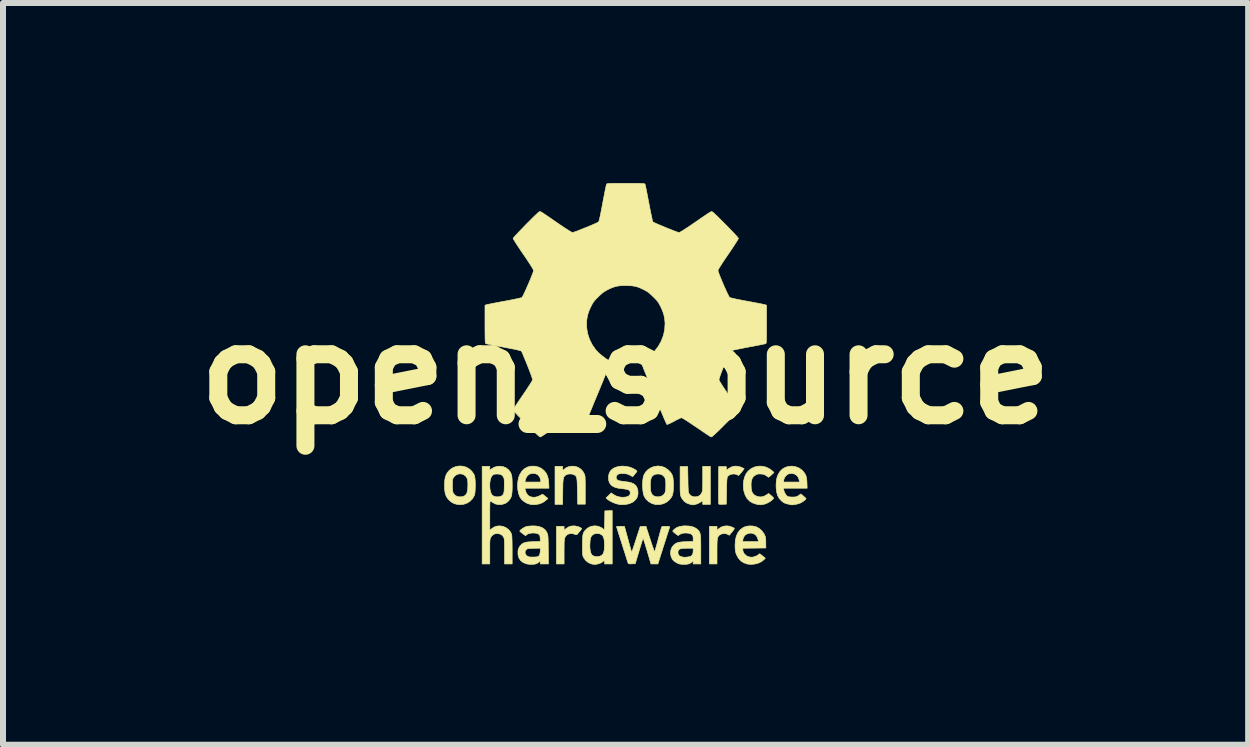
<source format=kicad_pcb>
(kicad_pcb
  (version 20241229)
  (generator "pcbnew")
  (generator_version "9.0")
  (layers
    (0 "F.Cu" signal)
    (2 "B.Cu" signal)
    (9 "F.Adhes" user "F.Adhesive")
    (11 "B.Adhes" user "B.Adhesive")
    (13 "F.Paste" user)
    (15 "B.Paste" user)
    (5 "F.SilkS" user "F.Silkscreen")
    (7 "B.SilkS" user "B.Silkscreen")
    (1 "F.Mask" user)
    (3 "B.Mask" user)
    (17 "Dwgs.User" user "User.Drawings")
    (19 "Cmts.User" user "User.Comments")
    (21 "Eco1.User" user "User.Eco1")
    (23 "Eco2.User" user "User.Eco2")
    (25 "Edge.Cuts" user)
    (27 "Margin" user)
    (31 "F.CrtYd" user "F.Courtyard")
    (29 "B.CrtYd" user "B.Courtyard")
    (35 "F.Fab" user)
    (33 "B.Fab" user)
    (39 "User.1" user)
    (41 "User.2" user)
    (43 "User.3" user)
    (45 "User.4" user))
  (footprint "open_source"
    (layer "F.Cu")
    (at 7.373 3.18)
    (property "Reference" "open_source" (at 0 0 0) (layer "F.SilkS") (effects (font (size 1.524 1.524) (thickness 0.3))))
    (attr exclude_from_pos_files exclude_from_bom)
    (fp_poly (pts (xy 1.74 2.539) (xy 1.79 2.559) (xy 1.809 2.57) (xy 1.812 2.577) (xy 1.809 2.587) (xy 1.797 2.605) (xy 1.775 2.633) (xy 1.774 2.634) (xy 1.729 2.689) (xy 1.701 2.673) (xy 1.669 2.662) (xy 1.632 2.661) (xy 1.596 2.669) (xy 1.573 2.68) (xy 1.559 2.691) (xy 1.548 2.703) (xy 1.54 2.717) (xy 1.533 2.736) (xy 1.529 2.761) (xy 1.526 2.794) (xy 1.525 2.837) (xy 1.524 2.893) (xy 1.524 2.959) (xy 1.524 3.167) (xy 1.397 3.167) (xy 1.397 2.54) (xy 1.524 2.54) (xy 1.524 2.607) (xy 1.55 2.582) (xy 1.59 2.554) (xy 1.637 2.537) (xy 1.688 2.532) (xy 1.74 2.539)) (stroke (width 0.01) (type solid)) (fill yes) (layer "F.SilkS"))
    (fp_poly (pts (xy -0.789 2.545) (xy -0.772 2.552) (xy -0.749 2.563) (xy -0.734 2.573) (xy -0.73 2.578) (xy -0.735 2.586) (xy -0.747 2.603) (xy -0.765 2.625) (xy -0.784 2.648) (xy -0.802 2.67) (xy -0.81 2.678) (xy -0.822 2.68) (xy -0.843 2.674) (xy -0.849 2.671) (xy -0.886 2.661) (xy -0.927 2.662) (xy -0.963 2.673) (xy -0.973 2.679) (xy -0.989 2.694) (xy -1.005 2.717) (xy -1.009 2.725) (xy -1.013 2.737) (xy -1.017 2.75) (xy -1.019 2.767) (xy -1.021 2.789) (xy -1.023 2.82) (xy -1.023 2.861) (xy -1.024 2.914) (xy -1.024 2.963) (xy -1.024 3.167) (xy -1.151 3.167) (xy -1.151 2.54) (xy -1.024 2.54) (xy -1.024 2.605) (xy -0.992 2.578) (xy -0.948 2.549) (xy -0.897 2.534) (xy -0.843 2.533) (xy -0.789 2.545)) (stroke (width 0.01) (type solid)) (fill yes) (layer "F.SilkS"))
    (fp_poly (pts (xy 1.872 1.539) (xy 1.925 1.554) (xy 1.935 1.559) (xy 1.977 1.58) (xy 1.961 1.602) (xy 1.947 1.62) (xy 1.927 1.644) (xy 1.915 1.658) (xy 1.885 1.693) (xy 1.859 1.68) (xy 1.823 1.668) (xy 1.785 1.668) (xy 1.747 1.677) (xy 1.716 1.694) (xy 1.697 1.716) (xy 1.694 1.727) (xy 1.691 1.748) (xy 1.688 1.779) (xy 1.686 1.823) (xy 1.684 1.88) (xy 1.683 1.951) (xy 1.683 1.953) (xy 1.679 2.171) (xy 1.617 2.173) (xy 1.583 2.174) (xy 1.562 2.172) (xy 1.552 2.167) (xy 1.552 2.165) (xy 1.551 2.155) (xy 1.55 2.131) (xy 1.55 2.095) (xy 1.549 2.048) (xy 1.549 1.992) (xy 1.549 1.93) (xy 1.55 1.862) (xy 1.55 1.849) (xy 1.552 1.544) (xy 1.679 1.544) (xy 1.681 1.573) (xy 1.684 1.603) (xy 1.719 1.576) (xy 1.766 1.55) (xy 1.818 1.537) (xy 1.872 1.539)) (stroke (width 0.01) (type solid)) (fill yes) (layer "F.SilkS"))
    (fp_poly (pts (xy -0.852 1.539) (xy -0.806 1.551) (xy -0.79 1.558) (xy -0.746 1.586) (xy -0.713 1.621) (xy -0.689 1.663) (xy -0.684 1.675) (xy -0.68 1.686) (xy -0.676 1.7) (xy -0.674 1.717) (xy -0.673 1.74) (xy -0.672 1.77) (xy -0.671 1.81) (xy -0.671 1.862) (xy -0.671 1.928) (xy -0.671 1.937) (xy -0.671 2.171) (xy -0.798 2.171) (xy -0.802 1.957) (xy -0.803 1.888) (xy -0.805 1.833) (xy -0.807 1.79) (xy -0.81 1.757) (xy -0.814 1.733) (xy -0.82 1.716) (xy -0.828 1.703) (xy -0.838 1.693) (xy -0.851 1.684) (xy -0.854 1.683) (xy -0.886 1.67) (xy -0.924 1.667) (xy -0.963 1.671) (xy -0.99 1.682) (xy -1.005 1.692) (xy -1.017 1.703) (xy -1.026 1.716) (xy -1.033 1.733) (xy -1.038 1.756) (xy -1.041 1.788) (xy -1.044 1.829) (xy -1.045 1.883) (xy -1.046 1.95) (xy -1.046 1.963) (xy -1.049 2.175) (xy -1.175 2.175) (xy -1.175 1.54) (xy -1.048 1.54) (xy -1.048 1.572) (xy -1.046 1.594) (xy -1.04 1.602) (xy -1.028 1.596) (xy -1.019 1.586) (xy -0.988 1.562) (xy -0.947 1.546) (xy -0.9 1.538) (xy -0.852 1.539)) (stroke (width 0.01) (type solid)) (fill yes) (layer "F.SilkS"))
    (fp_poly (pts (xy 1.413 2.175) (xy 1.286 2.175) (xy 1.286 2.112) (xy 1.246 2.139) (xy 1.216 2.156) (xy 1.183 2.169) (xy 1.167 2.174) (xy 1.139 2.18) (xy 1.12 2.182) (xy 1.103 2.18) (xy 1.079 2.174) (xy 1.071 2.172) (xy 1.016 2.151) (xy 0.973 2.119) (xy 0.939 2.075) (xy 0.927 2.052) (xy 0.922 2.04) (xy 0.918 2.028) (xy 0.915 2.015) (xy 0.913 1.997) (xy 0.911 1.974) (xy 0.91 1.943) (xy 0.909 1.902) (xy 0.909 1.85) (xy 0.909 1.784) (xy 0.909 1.778) (xy 0.909 1.544) (xy 1.036 1.544) (xy 1.04 1.76) (xy 1.041 1.824) (xy 1.042 1.875) (xy 1.044 1.913) (xy 1.045 1.942) (xy 1.047 1.962) (xy 1.05 1.976) (xy 1.054 1.986) (xy 1.058 1.994) (xy 1.06 1.997) (xy 1.087 2.027) (xy 1.116 2.043) (xy 1.151 2.049) (xy 1.157 2.049) (xy 1.201 2.044) (xy 1.236 2.026) (xy 1.262 1.995) (xy 1.268 1.984) (xy 1.273 1.973) (xy 1.278 1.962) (xy 1.281 1.948) (xy 1.283 1.93) (xy 1.284 1.905) (xy 1.285 1.872) (xy 1.286 1.829) (xy 1.286 1.772) (xy 1.286 1.745) (xy 1.286 1.54) (xy 1.413 1.54) (xy 1.413 2.175)) (stroke (width 0.01) (type solid)) (fill yes) (layer "F.SilkS"))
    (fp_poly (pts (xy 2.273 1.538) (xy 2.335 1.551) (xy 2.393 1.578) (xy 2.439 1.611) (xy 2.473 1.641) (xy 2.457 1.659) (xy 2.44 1.675) (xy 2.419 1.694) (xy 2.412 1.7) (xy 2.382 1.723) (xy 2.346 1.697) (xy 2.322 1.682) (xy 2.3 1.674) (xy 2.272 1.669) (xy 2.254 1.668) (xy 2.222 1.667) (xy 2.2 1.67) (xy 2.181 1.677) (xy 2.164 1.686) (xy 2.133 1.709) (xy 2.112 1.738) (xy 2.099 1.776) (xy 2.092 1.825) (xy 2.092 1.857) (xy 2.095 1.914) (xy 2.104 1.959) (xy 2.122 1.993) (xy 2.148 2.018) (xy 2.162 2.028) (xy 2.209 2.046) (xy 2.258 2.05) (xy 2.307 2.038) (xy 2.342 2.02) (xy 2.383 1.992) (xy 2.412 2.015) (xy 2.433 2.033) (xy 2.452 2.051) (xy 2.456 2.055) (xy 2.466 2.067) (xy 2.466 2.076) (xy 2.455 2.089) (xy 2.452 2.092) (xy 2.416 2.122) (xy 2.37 2.149) (xy 2.321 2.168) (xy 2.314 2.171) (xy 2.279 2.178) (xy 2.251 2.181) (xy 2.223 2.179) (xy 2.187 2.173) (xy 2.183 2.172) (xy 2.119 2.151) (xy 2.066 2.119) (xy 2.024 2.075) (xy 1.993 2.02) (xy 1.972 1.953) (xy 1.967 1.922) (xy 1.962 1.849) (xy 1.968 1.78) (xy 1.985 1.716) (xy 2.011 1.66) (xy 2.045 1.617) (xy 2.094 1.577) (xy 2.151 1.551) (xy 2.211 1.538) (xy 2.273 1.538)) (stroke (width 0.01) (type solid)) (fill yes) (layer "F.SilkS"))
    (fp_poly (pts (xy -1.497 1.54) (xy -1.442 1.555) (xy -1.396 1.579) (xy -1.354 1.615) (xy -1.353 1.616) (xy -1.324 1.652) (xy -1.303 1.694) (xy -1.289 1.744) (xy -1.281 1.806) (xy -1.28 1.823) (xy -1.276 1.905) (xy -1.676 1.905) (xy -1.67 1.935) (xy -1.656 1.979) (xy -1.632 2.015) (xy -1.603 2.039) (xy -1.562 2.053) (xy -1.516 2.056) (xy -1.467 2.046) (xy -1.42 2.025) (xy -1.401 2.013) (xy -1.391 2.007) (xy -1.382 2.007) (xy -1.369 2.014) (xy -1.349 2.03) (xy -1.339 2.038) (xy -1.293 2.076) (xy -1.33 2.109) (xy -1.376 2.142) (xy -1.432 2.165) (xy -1.494 2.177) (xy -1.556 2.178) (xy -1.582 2.175) (xy -1.636 2.159) (xy -1.686 2.131) (xy -1.728 2.096) (xy -1.759 2.054) (xy -1.759 2.053) (xy -1.782 1.996) (xy -1.795 1.93) (xy -1.799 1.86) (xy -1.795 1.802) (xy -1.676 1.802) (xy -1.413 1.802) (xy -1.413 1.78) (xy -1.419 1.748) (xy -1.434 1.714) (xy -1.456 1.687) (xy -1.47 1.675) (xy -1.504 1.662) (xy -1.544 1.658) (xy -1.583 1.664) (xy -1.612 1.677) (xy -1.641 1.705) (xy -1.662 1.745) (xy -1.671 1.776) (xy -1.676 1.802) (xy -1.795 1.802) (xy -1.794 1.789) (xy -1.78 1.723) (xy -1.763 1.679) (xy -1.73 1.624) (xy -1.687 1.582) (xy -1.636 1.553) (xy -1.579 1.538) (xy -1.517 1.537) (xy -1.497 1.54)) (stroke (width 0.01) (type solid)) (fill yes) (layer "F.SilkS"))
    (fp_poly (pts (xy 2.113 2.534) (xy 2.162 2.543) (xy 2.177 2.548) (xy 2.226 2.574) (xy 2.27 2.613) (xy 2.306 2.661) (xy 2.316 2.681) (xy 2.326 2.704) (xy 2.332 2.724) (xy 2.335 2.748) (xy 2.337 2.779) (xy 2.337 2.814) (xy 2.338 2.901) (xy 2.145 2.903) (xy 1.953 2.905) (xy 1.953 2.925) (xy 1.96 2.965) (xy 1.98 3) (xy 2.011 3.028) (xy 2.049 3.047) (xy 2.091 3.054) (xy 2.12 3.053) (xy 2.152 3.044) (xy 2.185 3.031) (xy 2.211 3.015) (xy 2.222 3.005) (xy 2.229 2.999) (xy 2.239 3) (xy 2.254 3.01) (xy 2.264 3.018) (xy 2.286 3.036) (xy 2.306 3.052) (xy 2.313 3.057) (xy 2.329 3.071) (xy 2.31 3.092) (xy 2.268 3.126) (xy 2.216 3.152) (xy 2.157 3.168) (xy 2.095 3.174) (xy 2.034 3.169) (xy 2.022 3.166) (xy 1.965 3.145) (xy 1.916 3.111) (xy 1.876 3.064) (xy 1.846 3.006) (xy 1.834 2.969) (xy 1.83 2.946) (xy 1.827 2.912) (xy 1.825 2.874) (xy 1.825 2.854) (xy 1.829 2.794) (xy 1.951 2.794) (xy 2.216 2.794) (xy 2.21 2.768) (xy 2.194 2.721) (xy 2.169 2.685) (xy 2.134 2.662) (xy 2.093 2.653) (xy 2.073 2.653) (xy 2.029 2.664) (xy 1.993 2.686) (xy 1.968 2.719) (xy 1.955 2.761) (xy 1.955 2.761) (xy 1.951 2.794) (xy 1.829 2.794) (xy 1.83 2.773) (xy 1.846 2.703) (xy 1.873 2.644) (xy 1.911 2.597) (xy 1.959 2.561) (xy 1.97 2.555) (xy 2.012 2.54) (xy 2.061 2.533) (xy 2.113 2.534)) (stroke (width 0.01) (type solid)) (fill yes) (layer "F.SilkS"))
    (fp_poly (pts (xy -2.71 1.538) (xy -2.655 1.554) (xy -2.605 1.582) (xy -2.562 1.621) (xy -2.528 1.67) (xy -2.518 1.692) (xy -2.512 1.717) (xy -2.507 1.755) (xy -2.504 1.801) (xy -2.503 1.851) (xy -2.504 1.901) (xy -2.506 1.949) (xy -2.51 1.989) (xy -2.517 2.018) (xy -2.518 2.023) (xy -2.549 2.078) (xy -2.59 2.121) (xy -2.64 2.153) (xy -2.697 2.173) (xy -2.76 2.179) (xy -2.802 2.175) (xy -2.854 2.162) (xy -2.899 2.138) (xy -2.933 2.11) (xy -2.964 2.077) (xy -2.987 2.041) (xy -3.003 1.998) (xy -3.012 1.947) (xy -3.016 1.884) (xy -3.016 1.857) (xy -2.885 1.857) (xy -2.885 1.906) (xy -2.882 1.943) (xy -2.876 1.97) (xy -2.867 1.991) (xy -2.852 2.01) (xy -2.84 2.022) (xy -2.81 2.04) (xy -2.773 2.048) (xy -2.733 2.048) (xy -2.695 2.037) (xy -2.679 2.029) (xy -2.658 2.01) (xy -2.643 1.984) (xy -2.634 1.948) (xy -2.629 1.901) (xy -2.627 1.857) (xy -2.628 1.815) (xy -2.629 1.786) (xy -2.633 1.764) (xy -2.638 1.746) (xy -2.645 1.73) (xy -2.669 1.698) (xy -2.702 1.676) (xy -2.739 1.666) (xy -2.778 1.667) (xy -2.815 1.68) (xy -2.848 1.704) (xy -2.869 1.73) (xy -2.876 1.744) (xy -2.881 1.76) (xy -2.883 1.781) (xy -2.885 1.811) (xy -2.885 1.853) (xy -2.885 1.857) (xy -3.016 1.857) (xy -3.014 1.788) (xy -3.006 1.731) (xy -2.991 1.684) (xy -2.969 1.645) (xy -2.938 1.609) (xy -2.929 1.6) (xy -2.879 1.565) (xy -2.824 1.543) (xy -2.767 1.534) (xy -2.71 1.538)) (stroke (width 0.01) (type solid)) (fill yes) (layer "F.SilkS"))
    (fp_poly (pts (xy 0.602 1.541) (xy 0.659 1.563) (xy 0.711 1.6) (xy 0.723 1.611) (xy 0.749 1.639) (xy 0.768 1.666) (xy 0.782 1.695) (xy 0.791 1.73) (xy 0.795 1.772) (xy 0.798 1.826) (xy 0.798 1.857) (xy 0.797 1.918) (xy 0.793 1.966) (xy 0.786 2.004) (xy 0.775 2.036) (xy 0.758 2.064) (xy 0.736 2.092) (xy 0.733 2.095) (xy 0.687 2.135) (xy 0.632 2.163) (xy 0.571 2.177) (xy 0.507 2.177) (xy 0.491 2.175) (xy 0.436 2.158) (xy 0.386 2.129) (xy 0.343 2.09) (xy 0.312 2.043) (xy 0.309 2.036) (xy 0.298 2) (xy 0.29 1.953) (xy 0.285 1.899) (xy 0.284 1.855) (xy 0.413 1.855) (xy 0.413 1.857) (xy 0.415 1.914) (xy 0.421 1.958) (xy 0.432 1.991) (xy 0.448 2.015) (xy 0.464 2.029) (xy 0.502 2.045) (xy 0.544 2.049) (xy 0.585 2.042) (xy 0.619 2.026) (xy 0.639 2.008) (xy 0.653 1.988) (xy 0.663 1.964) (xy 0.668 1.931) (xy 0.67 1.886) (xy 0.671 1.857) (xy 0.67 1.806) (xy 0.666 1.767) (xy 0.658 1.737) (xy 0.646 1.715) (xy 0.628 1.697) (xy 0.612 1.685) (xy 0.579 1.671) (xy 0.54 1.667) (xy 0.5 1.672) (xy 0.476 1.681) (xy 0.451 1.698) (xy 0.433 1.721) (xy 0.422 1.754) (xy 0.415 1.798) (xy 0.413 1.855) (xy 0.284 1.855) (xy 0.284 1.842) (xy 0.286 1.787) (xy 0.292 1.737) (xy 0.301 1.697) (xy 0.305 1.687) (xy 0.335 1.635) (xy 0.377 1.592) (xy 0.43 1.56) (xy 0.477 1.543) (xy 0.541 1.534) (xy 0.602 1.541)) (stroke (width 0.01) (type solid)) (fill yes) (layer "F.SilkS"))
    (fp_poly (pts (xy 2.833 1.546) (xy 2.886 1.566) (xy 2.934 1.598) (xy 2.956 1.62) (xy 2.982 1.652) (xy 3.001 1.684) (xy 3.013 1.72) (xy 3.02 1.765) (xy 3.023 1.816) (xy 3.026 1.905) (xy 2.635 1.905) (xy 2.635 1.927) (xy 2.641 1.954) (xy 2.655 1.986) (xy 2.673 2.015) (xy 2.693 2.036) (xy 2.708 2.044) (xy 2.727 2.049) (xy 2.753 2.051) (xy 2.781 2.052) (xy 2.814 2.051) (xy 2.837 2.049) (xy 2.855 2.043) (xy 2.874 2.033) (xy 2.884 2.026) (xy 2.922 2) (xy 2.965 2.037) (xy 2.986 2.056) (xy 3.002 2.071) (xy 3.008 2.08) (xy 3.008 2.08) (xy 3.002 2.089) (xy 2.986 2.104) (xy 2.964 2.121) (xy 2.939 2.137) (xy 2.917 2.15) (xy 2.892 2.159) (xy 2.859 2.169) (xy 2.822 2.177) (xy 2.789 2.181) (xy 2.77 2.182) (xy 2.756 2.18) (xy 2.733 2.175) (xy 2.715 2.171) (xy 2.677 2.162) (xy 2.648 2.151) (xy 2.624 2.137) (xy 2.598 2.116) (xy 2.597 2.115) (xy 2.561 2.076) (xy 2.535 2.029) (xy 2.518 1.971) (xy 2.51 1.903) (xy 2.508 1.861) (xy 2.512 1.791) (xy 2.514 1.779) (xy 2.635 1.779) (xy 2.635 1.802) (xy 2.899 1.802) (xy 2.894 1.772) (xy 2.879 1.726) (xy 2.853 1.692) (xy 2.818 1.669) (xy 2.776 1.659) (xy 2.767 1.659) (xy 2.731 1.663) (xy 2.7 1.673) (xy 2.699 1.674) (xy 2.675 1.694) (xy 2.653 1.723) (xy 2.639 1.756) (xy 2.635 1.779) (xy 2.514 1.779) (xy 2.522 1.732) (xy 2.54 1.681) (xy 2.567 1.635) (xy 2.578 1.621) (xy 2.618 1.582) (xy 2.666 1.556) (xy 2.72 1.54) (xy 2.776 1.537) (xy 2.833 1.546)) (stroke (width 0.01) (type solid)) (fill yes) (layer "F.SilkS"))
    (fp_poly (pts (xy 0.011 1.541) (xy 0.072 1.554) (xy 0.129 1.577) (xy 0.165 1.598) (xy 0.181 1.611) (xy 0.19 1.62) (xy 0.19 1.622) (xy 0.186 1.631) (xy 0.173 1.648) (xy 0.155 1.67) (xy 0.155 1.671) (xy 0.119 1.713) (xy 0.074 1.688) (xy 0.046 1.675) (xy 0.02 1.667) (xy -0.011 1.662) (xy -0.035 1.661) (xy -0.079 1.661) (xy -0.109 1.666) (xy -0.131 1.677) (xy -0.147 1.694) (xy -0.15 1.699) (xy -0.157 1.727) (xy -0.15 1.752) (xy -0.13 1.772) (xy -0.127 1.774) (xy -0.11 1.779) (xy -0.081 1.785) (xy -0.045 1.79) (xy -0.016 1.794) (xy 0.052 1.803) (xy 0.105 1.817) (xy 0.146 1.838) (xy 0.176 1.866) (xy 0.195 1.903) (xy 0.206 1.944) (xy 0.208 2.001) (xy 0.195 2.052) (xy 0.169 2.095) (xy 0.13 2.131) (xy 0.078 2.157) (xy 0.04 2.168) (xy -0.005 2.176) (xy -0.051 2.179) (xy -0.089 2.178) (xy -0.091 2.178) (xy -0.154 2.164) (xy -0.215 2.141) (xy -0.27 2.112) (xy -0.3 2.09) (xy -0.326 2.068) (xy -0.282 2.025) (xy -0.239 1.982) (xy -0.21 2.004) (xy -0.156 2.035) (xy -0.095 2.052) (xy -0.047 2.056) (xy 0.004 2.052) (xy 0.042 2.041) (xy 0.067 2.022) (xy 0.078 1.996) (xy 0.078 1.975) (xy 0.073 1.955) (xy 0.062 1.941) (xy 0.042 1.93) (xy 0.011 1.922) (xy -0.033 1.915) (xy -0.055 1.913) (xy -0.118 1.905) (xy -0.167 1.893) (xy -0.206 1.877) (xy -0.236 1.856) (xy -0.237 1.855) (xy -0.264 1.82) (xy -0.28 1.778) (xy -0.285 1.73) (xy -0.28 1.682) (xy -0.264 1.638) (xy -0.246 1.61) (xy -0.21 1.578) (xy -0.163 1.555) (xy -0.109 1.541) (xy -0.05 1.536) (xy 0.011 1.541)) (stroke (width 0.01) (type solid)) (fill yes) (layer "F.SilkS"))
    (fp_poly (pts (xy -0.222 3.167) (xy -0.349 3.167) (xy -0.349 3.139) (xy -0.351 3.118) (xy -0.358 3.113) (xy -0.371 3.121) (xy -0.377 3.127) (xy -0.398 3.143) (xy -0.429 3.157) (xy -0.465 3.168) (xy -0.5 3.174) (xy -0.514 3.174) (xy -0.546 3.171) (xy -0.577 3.164) (xy -0.584 3.162) (xy -0.626 3.14) (xy -0.665 3.107) (xy -0.695 3.067) (xy -0.7 3.058) (xy -0.706 3.044) (xy -0.711 3.031) (xy -0.714 3.016) (xy -0.716 2.995) (xy -0.718 2.968) (xy -0.718 2.93) (xy -0.718 2.881) (xy -0.718 2.857) (xy -0.718 2.83) (xy -0.594 2.83) (xy -0.594 2.896) (xy -0.587 2.95) (xy -0.576 2.99) (xy -0.559 3.018) (xy -0.557 3.019) (xy -0.524 3.038) (xy -0.485 3.046) (xy -0.443 3.042) (xy -0.416 3.033) (xy -0.393 3.019) (xy -0.376 3.001) (xy -0.364 2.975) (xy -0.356 2.94) (xy -0.352 2.893) (xy -0.351 2.865) (xy -0.352 2.805) (xy -0.357 2.759) (xy -0.367 2.723) (xy -0.382 2.696) (xy -0.404 2.677) (xy -0.438 2.663) (xy -0.477 2.659) (xy -0.516 2.665) (xy -0.537 2.675) (xy -0.558 2.691) (xy -0.573 2.711) (xy -0.584 2.738) (xy -0.59 2.775) (xy -0.593 2.825) (xy -0.594 2.83) (xy -0.718 2.83) (xy -0.718 2.793) (xy -0.716 2.741) (xy -0.713 2.701) (xy -0.708 2.67) (xy -0.699 2.645) (xy -0.687 2.624) (xy -0.671 2.605) (xy -0.651 2.585) (xy -0.611 2.556) (xy -0.569 2.539) (xy -0.519 2.532) (xy -0.507 2.532) (xy -0.472 2.536) (xy -0.435 2.547) (xy -0.402 2.561) (xy -0.378 2.578) (xy -0.374 2.582) (xy -0.362 2.593) (xy -0.356 2.596) (xy -0.354 2.588) (xy -0.352 2.567) (xy -0.35 2.535) (xy -0.349 2.494) (xy -0.348 2.447) (xy -0.347 2.439) (xy -0.345 2.282) (xy -0.284 2.28) (xy -0.222 2.277) (xy -0.222 3.167)) (stroke (width 0.01) (type solid)) (fill yes) (layer "F.SilkS"))
    (fp_poly (pts (xy -1.514 2.533) (xy -1.466 2.538) (xy -1.438 2.544) (xy -1.385 2.564) (xy -1.345 2.593) (xy -1.315 2.633) (xy -1.31 2.643) (xy -1.305 2.656) (xy -1.3 2.668) (xy -1.296 2.681) (xy -1.294 2.697) (xy -1.292 2.718) (xy -1.29 2.746) (xy -1.289 2.783) (xy -1.288 2.832) (xy -1.288 2.893) (xy -1.287 2.927) (xy -1.284 3.167) (xy -1.421 3.167) (xy -1.421 3.118) (xy -1.445 3.138) (xy -1.469 3.154) (xy -1.497 3.166) (xy -1.498 3.167) (xy -1.536 3.173) (xy -1.58 3.174) (xy -1.624 3.17) (xy -1.656 3.164) (xy -1.71 3.141) (xy -1.749 3.109) (xy -1.776 3.068) (xy -1.791 3.018) (xy -1.792 2.999) (xy -1.792 2.981) (xy -1.674 2.981) (xy -1.666 3.008) (xy -1.646 3.03) (xy -1.617 3.046) (xy -1.607 3.049) (xy -1.581 3.052) (xy -1.548 3.052) (xy -1.513 3.051) (xy -1.482 3.049) (xy -1.46 3.044) (xy -1.458 3.044) (xy -1.44 3.029) (xy -1.428 3.001) (xy -1.421 2.964) (xy -1.421 2.949) (xy -1.421 2.904) (xy -1.527 2.906) (xy -1.571 2.908) (xy -1.601 2.909) (xy -1.622 2.912) (xy -1.636 2.915) (xy -1.646 2.921) (xy -1.654 2.928) (xy -1.671 2.953) (xy -1.674 2.981) (xy -1.792 2.981) (xy -1.792 2.948) (xy -1.781 2.907) (xy -1.761 2.871) (xy -1.751 2.859) (xy -1.73 2.838) (xy -1.707 2.822) (xy -1.679 2.811) (xy -1.645 2.803) (xy -1.6 2.798) (xy -1.542 2.796) (xy -1.538 2.795) (xy -1.42 2.792) (xy -1.422 2.74) (xy -1.425 2.711) (xy -1.429 2.693) (xy -1.436 2.681) (xy -1.446 2.672) (xy -1.474 2.659) (xy -1.511 2.652) (xy -1.552 2.651) (xy -1.591 2.656) (xy -1.625 2.666) (xy -1.646 2.678) (xy -1.666 2.697) (xy -1.714 2.661) (xy -1.737 2.644) (xy -1.754 2.629) (xy -1.762 2.62) (xy -1.762 2.619) (xy -1.756 2.608) (xy -1.739 2.592) (xy -1.715 2.575) (xy -1.689 2.559) (xy -1.663 2.547) (xy -1.655 2.544) (xy -1.614 2.537) (xy -1.565 2.533) (xy -1.514 2.533)) (stroke (width 0.01) (type solid)) (fill yes) (layer "F.SilkS"))
    (fp_poly (pts (xy 1.068 2.536) (xy 1.124 2.549) (xy 1.171 2.571) (xy 1.194 2.589) (xy 1.21 2.603) (xy 1.222 2.618) (xy 1.233 2.633) (xy 1.24 2.653) (xy 1.246 2.677) (xy 1.25 2.709) (xy 1.252 2.749) (xy 1.253 2.8) (xy 1.254 2.863) (xy 1.254 2.93) (xy 1.254 3.167) (xy 1.127 3.167) (xy 1.127 3.118) (xy 1.103 3.138) (xy 1.079 3.154) (xy 1.051 3.166) (xy 1.049 3.167) (xy 1.016 3.172) (xy 0.974 3.174) (xy 0.933 3.172) (xy 0.897 3.167) (xy 0.887 3.164) (xy 0.847 3.145) (xy 0.811 3.121) (xy 0.784 3.095) (xy 0.778 3.086) (xy 0.757 3.037) (xy 0.749 2.987) (xy 0.75 2.979) (xy 0.873 2.979) (xy 0.88 3.01) (xy 0.899 3.033) (xy 0.927 3.045) (xy 0.945 3.049) (xy 0.956 3.053) (xy 0.974 3.055) (xy 1.002 3.054) (xy 1.033 3.051) (xy 1.063 3.046) (xy 1.085 3.04) (xy 1.092 3.037) (xy 1.111 3.017) (xy 1.123 2.99) (xy 1.127 2.951) (xy 1.127 2.944) (xy 1.127 2.905) (xy 1.027 2.905) (xy 0.973 2.906) (xy 0.933 2.91) (xy 0.905 2.918) (xy 0.887 2.93) (xy 0.877 2.948) (xy 0.874 2.972) (xy 0.873 2.979) (xy 0.75 2.979) (xy 0.755 2.936) (xy 0.773 2.89) (xy 0.793 2.863) (xy 0.816 2.84) (xy 0.839 2.824) (xy 0.866 2.812) (xy 0.9 2.804) (xy 0.943 2.799) (xy 0.998 2.796) (xy 1.01 2.795) (xy 1.127 2.792) (xy 1.127 2.746) (xy 1.125 2.712) (xy 1.117 2.69) (xy 1.113 2.685) (xy 1.089 2.667) (xy 1.054 2.656) (xy 1.014 2.651) (xy 0.973 2.652) (xy 0.935 2.66) (xy 0.904 2.674) (xy 0.89 2.685) (xy 0.883 2.691) (xy 0.875 2.691) (xy 0.861 2.684) (xy 0.84 2.668) (xy 0.833 2.662) (xy 0.81 2.644) (xy 0.793 2.629) (xy 0.786 2.62) (xy 0.786 2.62) (xy 0.791 2.611) (xy 0.805 2.596) (xy 0.817 2.585) (xy 0.855 2.559) (xy 0.903 2.542) (xy 0.962 2.533) (xy 0.999 2.532) (xy 1.068 2.536)) (stroke (width 0.01) (type solid)) (fill yes) (layer "F.SilkS"))
    (fp_poly (pts (xy 0.41 2.754) (xy 0.428 2.809) (xy 0.444 2.858) (xy 0.459 2.9) (xy 0.471 2.933) (xy 0.48 2.954) (xy 0.484 2.963) (xy 0.485 2.963) (xy 0.488 2.954) (xy 0.495 2.932) (xy 0.505 2.898) (xy 0.517 2.856) (xy 0.531 2.806) (xy 0.544 2.758) (xy 0.558 2.704) (xy 0.572 2.655) (xy 0.583 2.613) (xy 0.593 2.58) (xy 0.599 2.558) (xy 0.601 2.55) (xy 0.61 2.544) (xy 0.632 2.541) (xy 0.669 2.54) (xy 0.672 2.54) (xy 0.707 2.541) (xy 0.727 2.543) (xy 0.736 2.546) (xy 0.736 2.55) (xy 0.733 2.559) (xy 0.726 2.582) (xy 0.715 2.616) (xy 0.701 2.658) (xy 0.685 2.708) (xy 0.668 2.763) (xy 0.649 2.821) (xy 0.63 2.88) (xy 0.612 2.938) (xy 0.594 2.993) (xy 0.578 3.043) (xy 0.565 3.086) (xy 0.56 3.102) (xy 0.539 3.167) (xy 0.424 3.167) (xy 0.361 2.953) (xy 0.344 2.897) (xy 0.329 2.847) (xy 0.316 2.805) (xy 0.305 2.771) (xy 0.297 2.748) (xy 0.293 2.739) (xy 0.293 2.738) (xy 0.29 2.746) (xy 0.283 2.766) (xy 0.272 2.798) (xy 0.259 2.84) (xy 0.244 2.889) (xy 0.228 2.943) (xy 0.225 2.951) (xy 0.162 3.163) (xy 0.105 3.165) (xy 0.072 3.166) (xy 0.052 3.163) (xy 0.044 3.158) (xy 0.044 3.157) (xy 0.04 3.145) (xy 0.031 3.119) (xy 0.02 3.084) (xy 0.006 3.039) (xy -0.01 2.988) (xy -0.028 2.933) (xy -0.047 2.874) (xy -0.065 2.815) (xy -0.084 2.757) (xy -0.101 2.703) (xy -0.117 2.653) (xy -0.13 2.61) (xy -0.141 2.577) (xy -0.148 2.554) (xy -0.151 2.544) (xy -0.151 2.544) (xy -0.143 2.542) (xy -0.124 2.541) (xy -0.096 2.54) (xy -0.084 2.54) (xy -0.018 2.54) (xy 0.002 2.613) (xy 0.011 2.646) (xy 0.023 2.69) (xy 0.037 2.74) (xy 0.051 2.793) (xy 0.061 2.828) (xy 0.073 2.872) (xy 0.084 2.911) (xy 0.093 2.942) (xy 0.1 2.962) (xy 0.103 2.969) (xy 0.106 2.961) (xy 0.114 2.941) (xy 0.125 2.909) (xy 0.139 2.868) (xy 0.155 2.819) (xy 0.173 2.765) (xy 0.175 2.756) (xy 0.244 2.544) (xy 0.292 2.542) (xy 0.34 2.539) (xy 0.41 2.754)) (stroke (width 0.01) (type solid)) (fill yes) (layer "F.SilkS"))
    (fp_poly (pts (xy -2.042 1.545) (xy -1.991 1.565) (xy -1.949 1.598) (xy -1.917 1.64) (xy -1.901 1.679) (xy -1.895 1.707) (xy -1.891 1.746) (xy -1.889 1.794) (xy -1.888 1.847) (xy -1.888 1.901) (xy -1.89 1.951) (xy -1.894 1.995) (xy -1.899 2.029) (xy -1.901 2.039) (xy -1.919 2.077) (xy -1.947 2.114) (xy -1.981 2.145) (xy -2.01 2.161) (xy -2.063 2.176) (xy -2.117 2.178) (xy -2.169 2.167) (xy -2.212 2.144) (xy -2.232 2.13) (xy -2.248 2.119) (xy -2.252 2.116) (xy -2.255 2.118) (xy -2.257 2.126) (xy -2.259 2.144) (xy -2.261 2.171) (xy -2.261 2.21) (xy -2.262 2.261) (xy -2.262 2.326) (xy -2.262 2.358) (xy -2.262 2.605) (xy -2.23 2.578) (xy -2.186 2.55) (xy -2.138 2.535) (xy -2.087 2.533) (xy -2.037 2.542) (xy -1.99 2.563) (xy -1.949 2.594) (xy -1.916 2.635) (xy -1.898 2.674) (xy -1.895 2.692) (xy -1.893 2.726) (xy -1.891 2.775) (xy -1.89 2.839) (xy -1.889 2.918) (xy -1.889 2.934) (xy -1.889 3.167) (xy -2.016 3.167) (xy -2.016 2.959) (xy -2.016 2.894) (xy -2.017 2.844) (xy -2.017 2.805) (xy -2.019 2.777) (xy -2.021 2.756) (xy -2.024 2.74) (xy -2.027 2.729) (xy -2.03 2.723) (xy -2.054 2.691) (xy -2.086 2.67) (xy -2.128 2.661) (xy -2.129 2.661) (xy -2.173 2.664) (xy -2.208 2.68) (xy -2.236 2.709) (xy -2.244 2.723) (xy -2.25 2.734) (xy -2.254 2.745) (xy -2.257 2.758) (xy -2.259 2.775) (xy -2.261 2.799) (xy -2.262 2.832) (xy -2.262 2.875) (xy -2.262 2.931) (xy -2.262 2.962) (xy -2.262 3.167) (xy -2.389 3.167) (xy -2.389 1.867) (xy -2.263 1.867) (xy -2.259 1.917) (xy -2.25 1.963) (xy -2.236 2) (xy -2.225 2.016) (xy -2.199 2.036) (xy -2.164 2.047) (xy -2.124 2.049) (xy -2.085 2.041) (xy -2.066 2.033) (xy -2.049 2.022) (xy -2.037 2.006) (xy -2.029 1.984) (xy -2.023 1.952) (xy -2.021 1.91) (xy -2.02 1.857) (xy -2.02 1.811) (xy -2.021 1.777) (xy -2.023 1.753) (xy -2.027 1.736) (xy -2.032 1.723) (xy -2.035 1.717) (xy -2.058 1.689) (xy -2.088 1.673) (xy -2.128 1.668) (xy -2.151 1.668) (xy -2.18 1.671) (xy -2.199 1.677) (xy -2.214 1.687) (xy -2.223 1.696) (xy -2.241 1.726) (xy -2.254 1.767) (xy -2.261 1.815) (xy -2.263 1.867) (xy -2.389 1.867) (xy -2.389 1.54) (xy -2.262 1.54) (xy -2.262 1.604) (xy -2.236 1.584) (xy -2.187 1.555) (xy -2.133 1.54) (xy -2.098 1.538) (xy -2.042 1.545)) (stroke (width 0.01) (type solid)) (fill yes) (layer "F.SilkS"))
    (fp_poly (pts (xy 0.083 -3.175) (xy 0.147 -3.175) (xy 0.199 -3.175) (xy 0.239 -3.174) (xy 0.269 -3.173) (xy 0.291 -3.172) (xy 0.306 -3.17) (xy 0.315 -3.168) (xy 0.321 -3.165) (xy 0.324 -3.161) (xy 0.325 -3.16) (xy 0.328 -3.149) (xy 0.334 -3.124) (xy 0.342 -3.088) (xy 0.351 -3.041) (xy 0.362 -2.985) (xy 0.374 -2.923) (xy 0.387 -2.856) (xy 0.389 -2.845) (xy 0.402 -2.777) (xy 0.414 -2.715) (xy 0.426 -2.659) (xy 0.436 -2.611) (xy 0.444 -2.573) (xy 0.451 -2.547) (xy 0.455 -2.534) (xy 0.455 -2.534) (xy 0.466 -2.527) (xy 0.489 -2.516) (xy 0.522 -2.501) (xy 0.563 -2.483) (xy 0.61 -2.464) (xy 0.659 -2.443) (xy 0.709 -2.423) (xy 0.757 -2.404) (xy 0.802 -2.386) (xy 0.839 -2.372) (xy 0.868 -2.362) (xy 0.886 -2.356) (xy 0.89 -2.356) (xy 0.901 -2.359) (xy 0.923 -2.37) (xy 0.954 -2.389) (xy 0.996 -2.416) (xy 1.05 -2.451) (xy 1.115 -2.496) (xy 1.124 -2.502) (xy 1.195 -2.55) (xy 1.253 -2.591) (xy 1.301 -2.623) (xy 1.339 -2.649) (xy 1.369 -2.669) (xy 1.392 -2.684) (xy 1.409 -2.694) (xy 1.421 -2.7) (xy 1.429 -2.704) (xy 1.435 -2.705) (xy 1.44 -2.704) (xy 1.442 -2.703) (xy 1.452 -2.696) (xy 1.472 -2.68) (xy 1.499 -2.654) (xy 1.532 -2.623) (xy 1.57 -2.585) (xy 1.611 -2.544) (xy 1.654 -2.501) (xy 1.698 -2.457) (xy 1.739 -2.414) (xy 1.779 -2.373) (xy 1.814 -2.336) (xy 1.843 -2.305) (xy 1.865 -2.28) (xy 1.878 -2.264) (xy 1.881 -2.258) (xy 1.877 -2.248) (xy 1.864 -2.226) (xy 1.845 -2.195) (xy 1.819 -2.155) (xy 1.789 -2.108) (xy 1.754 -2.056) (xy 1.716 -2) (xy 1.711 -1.993) (xy 1.658 -1.916) (xy 1.616 -1.852) (xy 1.583 -1.801) (xy 1.559 -1.763) (xy 1.545 -1.737) (xy 1.54 -1.723) (xy 1.54 -1.723) (xy 1.543 -1.709) (xy 1.552 -1.683) (xy 1.565 -1.647) (xy 1.582 -1.605) (xy 1.602 -1.557) (xy 1.623 -1.507) (xy 1.645 -1.456) (xy 1.667 -1.408) (xy 1.687 -1.363) (xy 1.706 -1.325) (xy 1.72 -1.296) (xy 1.731 -1.278) (xy 1.735 -1.273) (xy 1.747 -1.269) (xy 1.772 -1.263) (xy 1.809 -1.254) (xy 1.856 -1.244) (xy 1.911 -1.233) (xy 1.972 -1.221) (xy 2.033 -1.21) (xy 2.098 -1.198) (xy 2.159 -1.186) (xy 2.214 -1.176) (xy 2.26 -1.167) (xy 2.297 -1.159) (xy 2.321 -1.154) (xy 2.332 -1.151) (xy 2.349 -1.143) (xy 2.349 -0.827) (xy 2.349 -0.747) (xy 2.349 -0.682) (xy 2.349 -0.63) (xy 2.348 -0.589) (xy 2.347 -0.559) (xy 2.346 -0.536) (xy 2.344 -0.521) (xy 2.342 -0.512) (xy 2.339 -0.507) (xy 2.336 -0.504) (xy 2.336 -0.504) (xy 2.325 -0.501) (xy 2.3 -0.496) (xy 2.264 -0.488) (xy 2.217 -0.479) (xy 2.163 -0.468) (xy 2.101 -0.457) (xy 2.037 -0.445) (xy 1.962 -0.43) (xy 1.896 -0.417) (xy 1.84 -0.405) (xy 1.796 -0.396) (xy 1.764 -0.388) (xy 1.746 -0.382) (xy 1.743 -0.38) (xy 1.737 -0.37) (xy 1.727 -0.347) (xy 1.712 -0.314) (xy 1.695 -0.271) (xy 1.674 -0.221) (xy 1.652 -0.166) (xy 1.643 -0.145) (xy 1.614 -0.07) (xy 1.591 -0.01) (xy 1.574 0.037) (xy 1.563 0.072) (xy 1.558 0.093) (xy 1.557 0.101) (xy 1.563 0.113) (xy 1.576 0.136) (xy 1.596 0.168) (xy 1.622 0.209) (xy 1.653 0.256) (xy 1.688 0.308) (xy 1.721 0.356) (xy 1.758 0.41) (xy 1.792 0.461) (xy 1.822 0.506) (xy 1.847 0.544) (xy 1.866 0.574) (xy 1.878 0.594) (xy 1.881 0.602) (xy 1.876 0.611) (xy 1.86 0.629) (xy 1.836 0.656) (xy 1.804 0.69) (xy 1.765 0.73) (xy 1.721 0.775) (xy 1.673 0.823) (xy 1.66 0.836) (xy 1.603 0.893) (xy 1.556 0.94) (xy 1.517 0.977) (xy 1.487 1.005) (xy 1.464 1.026) (xy 1.447 1.04) (xy 1.435 1.048) (xy 1.428 1.051) (xy 1.424 1.05) (xy 1.414 1.045) (xy 1.393 1.031) (xy 1.362 1.011) (xy 1.322 0.984) (xy 1.276 0.953) (xy 1.225 0.918) (xy 1.179 0.887) (xy 1.125 0.851) (xy 1.075 0.817) (xy 1.03 0.787) (xy 0.991 0.763) (xy 0.961 0.745) (xy 0.941 0.733) (xy 0.933 0.73) (xy 0.921 0.734) (xy 0.897 0.744) (xy 0.866 0.759) (xy 0.829 0.778) (xy 0.814 0.786) (xy 0.777 0.806) (xy 0.744 0.822) (xy 0.717 0.834) (xy 0.701 0.841) (xy 0.698 0.841) (xy 0.695 0.842) (xy 0.693 0.842) (xy 0.691 0.842) (xy 0.688 0.84) (xy 0.685 0.835) (xy 0.68 0.826) (xy 0.674 0.812) (xy 0.665 0.793) (xy 0.654 0.767) (xy 0.639 0.734) (xy 0.622 0.692) (xy 0.6 0.64) (xy 0.574 0.578) (xy 0.544 0.504) (xy 0.508 0.417) (xy 0.466 0.318) (xy 0.457 0.295) (xy 0.423 0.213) (xy 0.391 0.135) (xy 0.361 0.062) (xy 0.335 -0.004) (xy 0.311 -0.062) (xy 0.292 -0.111) (xy 0.277 -0.15) (xy 0.267 -0.176) (xy 0.262 -0.19) (xy 0.262 -0.192) (xy 0.269 -0.206) (xy 0.287 -0.223) (xy 0.296 -0.228) (xy 0.35 -0.265) (xy 0.4 -0.303) (xy 0.444 -0.34) (xy 0.478 -0.372) (xy 0.481 -0.375) (xy 0.544 -0.456) (xy 0.594 -0.544) (xy 0.63 -0.638) (xy 0.652 -0.734) (xy 0.658 -0.833) (xy 0.657 -0.865) (xy 0.65 -0.928) (xy 0.638 -0.986) (xy 0.619 -1.043) (xy 0.592 -1.106) (xy 0.586 -1.119) (xy 0.567 -1.155) (xy 0.551 -1.183) (xy 0.534 -1.208) (xy 0.512 -1.234) (xy 0.483 -1.264) (xy 0.465 -1.282) (xy 0.427 -1.318) (xy 0.396 -1.346) (xy 0.366 -1.368) (xy 0.335 -1.387) (xy 0.314 -1.398) (xy 0.257 -1.426) (xy 0.208 -1.446) (xy 0.161 -1.459) (xy 0.112 -1.467) (xy 0.056 -1.471) (xy 0.004 -1.472) (xy -0.061 -1.471) (xy -0.115 -1.466) (xy -0.164 -1.457) (xy -0.21 -1.442) (xy -0.261 -1.421) (xy -0.306 -1.398) (xy -0.34 -1.379) (xy -0.37 -1.36) (xy -0.399 -1.336) (xy -0.433 -1.306) (xy -0.457 -1.282) (xy -0.491 -1.248) (xy -0.516 -1.22) (xy -0.535 -1.196) (xy -0.552 -1.169) (xy -0.568 -1.138) (xy -0.578 -1.119) (xy -0.607 -1.055) (xy -0.627 -0.997) (xy -0.64 -0.939) (xy -0.648 -0.877) (xy -0.649 -0.865) (xy -0.647 -0.766) (xy -0.631 -0.668) (xy -0.599 -0.573) (xy -0.554 -0.484) (xy -0.495 -0.4) (xy -0.476 -0.379) (xy -0.45 -0.352) (xy -0.413 -0.32) (xy -0.371 -0.287) (xy -0.326 -0.253) (xy -0.288 -0.228) (xy -0.267 -0.211) (xy -0.255 -0.196) (xy -0.254 -0.191) (xy -0.257 -0.182) (xy -0.266 -0.158) (xy -0.279 -0.123) (xy -0.297 -0.077) (xy -0.32 -0.022) (xy -0.346 0.042) (xy -0.374 0.113) (xy -0.406 0.19) (xy -0.439 0.271) (xy -0.449 0.295) (xy -0.492 0.398) (xy -0.529 0.487) (xy -0.56 0.563) (xy -0.587 0.628) (xy -0.609 0.682) (xy -0.628 0.726) (xy -0.643 0.761) (xy -0.655 0.788) (xy -0.664 0.809) (xy -0.671 0.824) (xy -0.676 0.833) (xy -0.68 0.839) (xy -0.683 0.842) (xy -0.685 0.842) (xy -0.687 0.842) (xy -0.689 0.841) (xy -0.69 0.841) (xy -0.702 0.838) (xy -0.724 0.828) (xy -0.755 0.813) (xy -0.791 0.794) (xy -0.806 0.786) (xy -0.844 0.766) (xy -0.878 0.75) (xy -0.905 0.737) (xy -0.922 0.731) (xy -0.925 0.73) (xy -0.936 0.735) (xy -0.957 0.747) (xy -0.989 0.766) (xy -1.029 0.792) (xy -1.075 0.822) (xy -1.126 0.856) (xy -1.172 0.887) (xy -1.226 0.924) (xy -1.276 0.959) (xy -1.321 0.989) (xy -1.359 1.014) (xy -1.389 1.034) (xy -1.409 1.046) (xy -1.416 1.05) (xy -1.422 1.05) (xy -1.431 1.046) (xy -1.445 1.036) (xy -1.464 1.019) (xy -1.489 0.996) (xy -1.522 0.965) (xy -1.563 0.924) (xy -1.614 0.874) (xy -1.652 0.836) (xy -1.701 0.787) (xy -1.746 0.741) (xy -1.786 0.7) (xy -1.82 0.664) (xy -1.847 0.635) (xy -1.865 0.614) (xy -1.873 0.603) (xy -1.873 0.602) (xy -1.869 0.593) (xy -1.856 0.572) (xy -1.837 0.541) (xy -1.812 0.502) (xy -1.781 0.456) (xy -1.747 0.405) (xy -1.713 0.356) (xy -1.676 0.301) (xy -1.641 0.25) (xy -1.611 0.203) (xy -1.585 0.164) (xy -1.566 0.132) (xy -1.554 0.111) (xy -1.55 0.101) (xy -1.551 0.088) (xy -1.558 0.062) (xy -1.571 0.024) (xy -1.59 -0.027) (xy -1.615 -0.092) (xy -1.635 -0.142) (xy -1.657 -0.198) (xy -1.679 -0.25) (xy -1.698 -0.296) (xy -1.713 -0.333) (xy -1.725 -0.36) (xy -1.732 -0.375) (xy -1.733 -0.377) (xy -1.74 -0.382) (xy -1.754 -0.387) (xy -1.777 -0.393) (xy -1.809 -0.401) (xy -1.853 -0.411) (xy -1.91 -0.422) (xy -1.98 -0.435) (xy -2.029 -0.445) (xy -2.094 -0.457) (xy -2.155 -0.469) (xy -2.21 -0.479) (xy -2.257 -0.489) (xy -2.293 -0.496) (xy -2.317 -0.501) (xy -2.328 -0.504) (xy -2.331 -0.506) (xy -2.334 -0.511) (xy -2.336 -0.52) (xy -2.338 -0.534) (xy -2.339 -0.555) (xy -2.34 -0.585) (xy -2.341 -0.624) (xy -2.341 -0.675) (xy -2.342 -0.738) (xy -2.342 -0.816) (xy -2.342 -1.143) (xy -2.324 -1.151) (xy -2.312 -1.154) (xy -2.286 -1.16) (xy -2.249 -1.167) (xy -2.202 -1.177) (xy -2.147 -1.187) (xy -2.085 -1.199) (xy -2.025 -1.21) (xy -1.959 -1.222) (xy -1.898 -1.234) (xy -1.844 -1.245) (xy -1.798 -1.255) (xy -1.761 -1.263) (xy -1.737 -1.269) (xy -1.727 -1.273) (xy -1.72 -1.283) (xy -1.707 -1.306) (xy -1.691 -1.338) (xy -1.672 -1.379) (xy -1.651 -1.425) (xy -1.629 -1.475) (xy -1.607 -1.526) (xy -1.586 -1.575) (xy -1.568 -1.621) (xy -1.552 -1.661) (xy -1.54 -1.694) (xy -1.533 -1.716) (xy -1.532 -1.723) (xy -1.537 -1.736) (xy -1.551 -1.762) (xy -1.574 -1.8) (xy -1.607 -1.851) (xy -1.649 -1.915) (xy -1.701 -1.991) (xy -1.703 -1.993) (xy -1.741 -2.049) (xy -1.776 -2.102) (xy -1.808 -2.149) (xy -1.834 -2.19) (xy -1.854 -2.223) (xy -1.868 -2.245) (xy -1.873 -2.257) (xy -1.873 -2.258) (xy -1.868 -2.266) (xy -1.853 -2.285) (xy -1.829 -2.311) (xy -1.798 -2.344) (xy -1.762 -2.382) (xy -1.722 -2.423) (xy -1.68 -2.467) (xy -1.637 -2.511) (xy -1.594 -2.553) (xy -1.554 -2.594) (xy -1.517 -2.63) (xy -1.485 -2.66) (xy -1.46 -2.684) (xy -1.442 -2.699) (xy -1.435 -2.703) (xy -1.431 -2.705) (xy -1.426 -2.705) (xy -1.42 -2.704) (xy -1.411 -2.7) (xy -1.399 -2.693) (xy -1.381 -2.683) (xy -1.357 -2.667) (xy -1.325 -2.646) (xy -1.285 -2.618) (xy -1.234 -2.583) (xy -1.172 -2.54) (xy -1.147 -2.523) (xy -1.081 -2.478) (xy -1.023 -2.439) (xy -0.974 -2.407) (xy -0.934 -2.382) (xy -0.905 -2.365) (xy -0.888 -2.356) (xy -0.884 -2.355) (xy -0.871 -2.358) (xy -0.846 -2.367) (xy -0.812 -2.379) (xy -0.77 -2.395) (xy -0.723 -2.414) (xy -0.673 -2.434) (xy -0.623 -2.454) (xy -0.575 -2.474) (xy -0.532 -2.493) (xy -0.495 -2.509) (xy -0.468 -2.522) (xy -0.453 -2.53) (xy -0.451 -2.531) (xy -0.446 -2.539) (xy -0.44 -2.557) (xy -0.433 -2.584) (xy -0.424 -2.623) (xy -0.414 -2.674) (xy -0.401 -2.738) (xy -0.386 -2.817) (xy -0.381 -2.845) (xy -0.368 -2.912) (xy -0.356 -2.975) (xy -0.345 -3.032) (xy -0.335 -3.08) (xy -0.327 -3.119) (xy -0.321 -3.146) (xy -0.317 -3.159) (xy -0.317 -3.16) (xy -0.314 -3.164) (xy -0.31 -3.167) (xy -0.302 -3.169) (xy -0.289 -3.171) (xy -0.27 -3.173) (xy -0.242 -3.174) (xy -0.206 -3.174) (xy -0.158 -3.175) (xy -0.098 -3.175) (xy -0.025 -3.175) (xy 0.004 -3.175) (xy 0.083 -3.175)) (stroke (width 0.01) (type solid)) (fill yes) (layer "F.SilkS")))
  (gr_rect
    (start -3 -3)
    (end 17.747 9.359)
    (stroke (width 0.1) (type default))
    (fill no)
    (layer "Edge.Cuts")))
</source>
